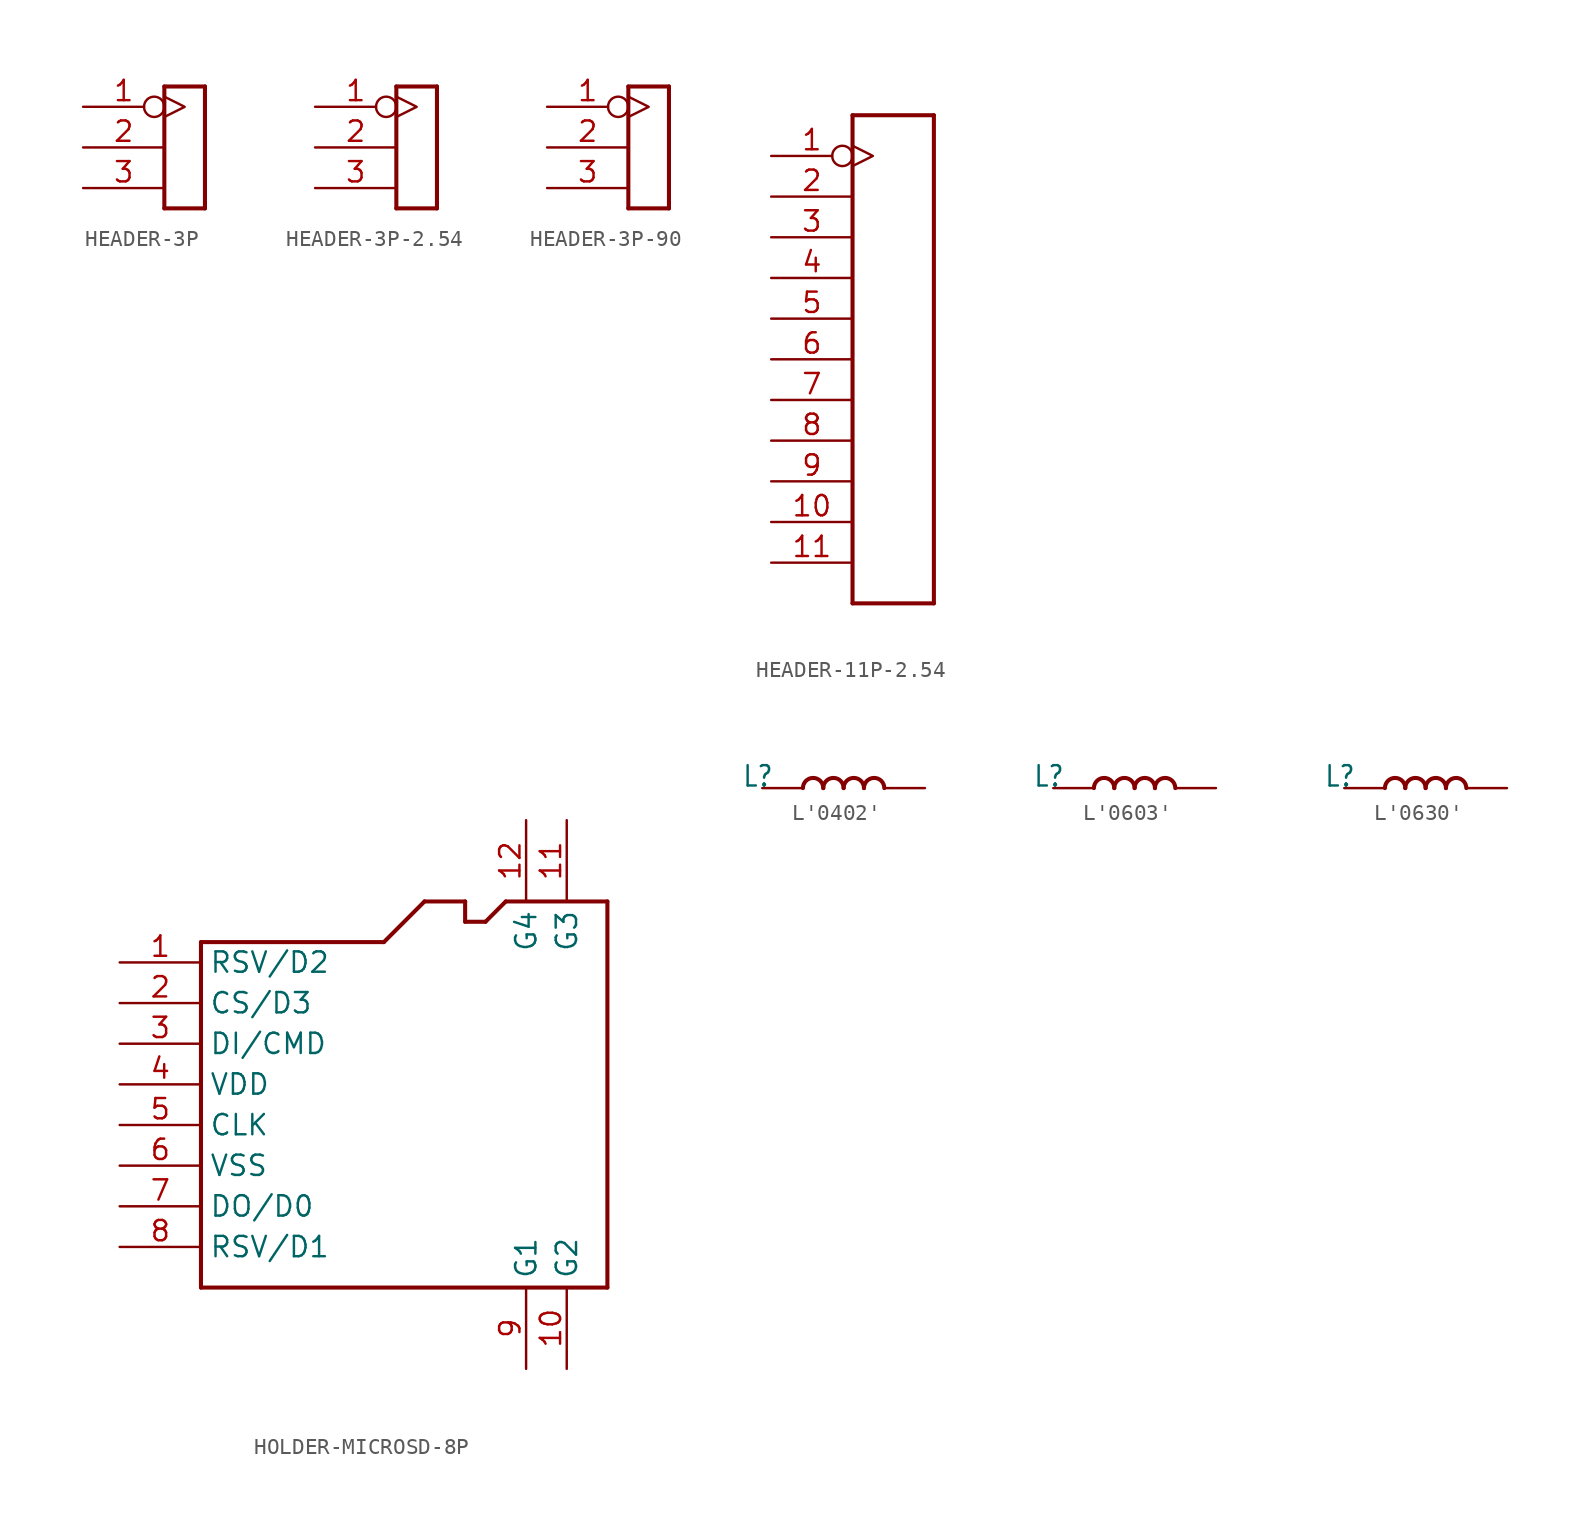
<source format=kicad_sym>
(kicad_symbol_lib
  (version 20220914)
  (generator kicad_symbol_editor)
  (symbol "HEADER-3P"
    (property "Reference" "J"
      (at -2.54 3.81 0)
      (effects (font (size 1.27 1.079)) (justify left bottom) hide))
    (property "ki_locked" ""
      (at 0 0 0)
      (effects (font (size 1.27 1.27))))
    (symbol "HEADER-3P_1_0"
      (polyline (pts (xy -1.27 -3.81) (xy -1.27 3.81)) (stroke (width 0.254) (type solid)) (fill (type none)))
      (polyline (pts (xy -1.27 3.81) (xy 1.27 3.81)) (stroke (width 0.254) (type solid)) (fill (type none)))
      (polyline (pts (xy 1.27 -3.81) (xy -1.27 -3.81)) (stroke (width 0.254) (type solid)) (fill (type none)))
      (polyline (pts (xy 1.27 3.81) (xy 1.27 -3.81)) (stroke (width 0.254) (type solid)) (fill (type none)))
      (pin bidirectional inverted_clock (at -6.35 2.54 0) (length 5.08) (name "P$1" (effects (font (size 0 0)))) (number "1" (effects (font (size 1.27 1.27)))))
      (pin bidirectional line (at -6.35 0 0) (length 5.08) (name "P$2" (effects (font (size 0 0)))) (number "2" (effects (font (size 1.27 1.27)))))
      (pin bidirectional line (at -6.35 -2.54 0) (length 5.08) (name "P$3" (effects (font (size 0 0)))) (number "3" (effects (font (size 1.27 1.27)))))))
  (symbol "HEADER-3P-2.54"
    (property "Reference" "J"
      (at -2.54 3.81 0)
      (effects (font (size 1.27 1.079)) (justify left bottom) hide))
    (property "ki_locked" ""
      (at 0 0 0)
      (effects (font (size 1.27 1.27))))
    (symbol "HEADER-3P-2.54_1_0"
      (polyline (pts (xy -1.27 -3.81) (xy -1.27 3.81)) (stroke (width 0.254) (type solid)) (fill (type none)))
      (polyline (pts (xy -1.27 3.81) (xy 1.27 3.81)) (stroke (width 0.254) (type solid)) (fill (type none)))
      (polyline (pts (xy 1.27 -3.81) (xy -1.27 -3.81)) (stroke (width 0.254) (type solid)) (fill (type none)))
      (polyline (pts (xy 1.27 3.81) (xy 1.27 -3.81)) (stroke (width 0.254) (type solid)) (fill (type none)))
      (pin bidirectional inverted_clock (at -6.35 2.54 0) (length 5.08) (name "P$1" (effects (font (size 0 0)))) (number "1" (effects (font (size 1.27 1.27)))))
      (pin bidirectional line (at -6.35 0 0) (length 5.08) (name "P$2" (effects (font (size 0 0)))) (number "2" (effects (font (size 1.27 1.27)))))
      (pin bidirectional line (at -6.35 -2.54 0) (length 5.08) (name "P$3" (effects (font (size 0 0)))) (number "3" (effects (font (size 1.27 1.27)))))))
  (symbol "HEADER-3P-90"
    (property "Reference" "J"
      (at -2.54 3.81 0)
      (effects (font (size 1.27 1.079)) (justify left bottom) hide))
    (property "ki_locked" ""
      (at 0 0 0)
      (effects (font (size 1.27 1.27))))
    (symbol "HEADER-3P-90_1_0"
      (polyline (pts (xy -1.27 -3.81) (xy -1.27 3.81)) (stroke (width 0.254) (type solid)) (fill (type none)))
      (polyline (pts (xy -1.27 3.81) (xy 1.27 3.81)) (stroke (width 0.254) (type solid)) (fill (type none)))
      (polyline (pts (xy 1.27 -3.81) (xy -1.27 -3.81)) (stroke (width 0.254) (type solid)) (fill (type none)))
      (polyline (pts (xy 1.27 3.81) (xy 1.27 -3.81)) (stroke (width 0.254) (type solid)) (fill (type none)))
      (pin bidirectional inverted_clock (at -6.35 2.54 0) (length 5.08) (name "P$1" (effects (font (size 0 0)))) (number "1" (effects (font (size 1.27 1.27)))))
      (pin bidirectional line (at -6.35 0 0) (length 5.08) (name "P$2" (effects (font (size 0 0)))) (number "2" (effects (font (size 1.27 1.27)))))
      (pin bidirectional line (at -6.35 -2.54 0) (length 5.08) (name "P$3" (effects (font (size 0 0)))) (number "3" (effects (font (size 1.27 1.27)))))))
  (symbol "HEADER-11P-2.54"
    (property "Reference" "J"
      (at -5.08 15.24 0)
      (effects (font (size 1.778 1.511)) (justify left bottom) hide))
    (property "ki_locked" ""
      (at 0 0 0)
      (effects (font (size 1.27 1.27))))
    (symbol "HEADER-11P-2.54_1_0"
      (polyline (pts (xy -2.54 -15.24) (xy -2.54 15.24)) (stroke (width 0.254) (type solid)) (fill (type none)))
      (polyline (pts (xy -2.54 15.24) (xy 2.54 15.24)) (stroke (width 0.254) (type solid)) (fill (type none)))
      (polyline (pts (xy 2.54 -15.24) (xy -2.54 -15.24)) (stroke (width 0.254) (type solid)) (fill (type none)))
      (polyline (pts (xy 2.54 15.24) (xy 2.54 -15.24)) (stroke (width 0.254) (type solid)) (fill (type none)))
      (pin bidirectional inverted_clock (at -7.62 12.7 0) (length 5.08) (name "1" (effects (font (size 0 0)))) (number "1" (effects (font (size 1.27 1.27)))))
      (pin bidirectional line (at -7.62 -10.16 0) (length 5.08) (name "10" (effects (font (size 0 0)))) (number "10" (effects (font (size 1.27 1.27)))))
      (pin bidirectional line (at -7.62 -12.7 0) (length 5.08) (name "11" (effects (font (size 0 0)))) (number "11" (effects (font (size 1.27 1.27)))))
      (pin bidirectional line (at -7.62 10.16 0) (length 5.08) (name "2" (effects (font (size 0 0)))) (number "2" (effects (font (size 1.27 1.27)))))
      (pin bidirectional line (at -7.62 7.62 0) (length 5.08) (name "3" (effects (font (size 0 0)))) (number "3" (effects (font (size 1.27 1.27)))))
      (pin bidirectional line (at -7.62 5.08 0) (length 5.08) (name "4" (effects (font (size 0 0)))) (number "4" (effects (font (size 1.27 1.27)))))
      (pin bidirectional line (at -7.62 2.54 0) (length 5.08) (name "5" (effects (font (size 0 0)))) (number "5" (effects (font (size 1.27 1.27)))))
      (pin bidirectional line (at -7.62 0 0) (length 5.08) (name "6" (effects (font (size 0 0)))) (number "6" (effects (font (size 1.27 1.27)))))
      (pin bidirectional line (at -7.62 -2.54 0) (length 5.08) (name "7" (effects (font (size 0 0)))) (number "7" (effects (font (size 1.27 1.27)))))
      (pin bidirectional line (at -7.62 -5.08 0) (length 5.08) (name "8" (effects (font (size 0 0)))) (number "8" (effects (font (size 1.27 1.27)))))
      (pin bidirectional line (at -7.62 -7.62 0) (length 5.08) (name "9" (effects (font (size 0 0)))) (number "9" (effects (font (size 1.27 1.27)))))))
  (symbol "HOLDER-MICROSD-8P"
    (property "Reference" "J"
      (at -11.43 10.16 0)
      (effects (font (size 1.778 1.511)) (justify left bottom) hide))
    (property "ki_locked" ""
      (at 0 0 0)
      (effects (font (size 1.27 1.27))))
    (symbol "HOLDER-MICROSD-8P_1_0"
      (polyline (pts (xy -12.7 -11.43) (xy 12.7 -11.43)) (stroke (width 0.254) (type solid)) (fill (type none)))
      (polyline (pts (xy -12.7 10.16) (xy -12.7 -11.43)) (stroke (width 0.254) (type solid)) (fill (type none)))
      (polyline (pts (xy -1.27 10.16) (xy -12.7 10.16)) (stroke (width 0.254) (type solid)) (fill (type none)))
      (polyline (pts (xy 1.27 12.7) (xy -1.27 10.16)) (stroke (width 0.254) (type solid)) (fill (type none)))
      (polyline (pts (xy 3.81 11.43) (xy 3.81 12.7)) (stroke (width 0.254) (type solid)) (fill (type none)))
      (polyline (pts (xy 3.81 12.7) (xy 1.27 12.7)) (stroke (width 0.254) (type solid)) (fill (type none)))
      (polyline (pts (xy 5.08 11.43) (xy 3.81 11.43)) (stroke (width 0.254) (type solid)) (fill (type none)))
      (polyline (pts (xy 6.35 12.7) (xy 5.08 11.43)) (stroke (width 0.254) (type solid)) (fill (type none)))
      (polyline (pts (xy 12.7 -11.43) (xy 12.7 12.7)) (stroke (width 0.254) (type solid)) (fill (type none)))
      (polyline (pts (xy 12.7 12.7) (xy 6.35 12.7)) (stroke (width 0.254) (type solid)) (fill (type none)))
      (pin bidirectional line (at -17.78 8.89 0) (length 5.08) (name "RSV/D2" (effects (font (size 1.27 1.27)))) (number "1" (effects (font (size 1.27 1.27)))))
      (pin bidirectional line (at 10.16 -16.51 90) (length 5.08) (name "G2" (effects (font (size 1.27 1.27)))) (number "10" (effects (font (size 1.27 1.27)))))
      (pin bidirectional line (at 10.16 17.78 270) (length 5.08) (name "G3" (effects (font (size 1.27 1.27)))) (number "11" (effects (font (size 1.27 1.27)))))
      (pin bidirectional line (at 7.62 17.78 270) (length 5.08) (name "G4" (effects (font (size 1.27 1.27)))) (number "12" (effects (font (size 1.27 1.27)))))
      (pin bidirectional line (at -17.78 6.35 0) (length 5.08) (name "CS/D3" (effects (font (size 1.27 1.27)))) (number "2" (effects (font (size 1.27 1.27)))))
      (pin bidirectional line (at -17.78 3.81 0) (length 5.08) (name "DI/CMD" (effects (font (size 1.27 1.27)))) (number "3" (effects (font (size 1.27 1.27)))))
      (pin bidirectional line (at -17.78 1.27 0) (length 5.08) (name "VDD" (effects (font (size 1.27 1.27)))) (number "4" (effects (font (size 1.27 1.27)))))
      (pin bidirectional line (at -17.78 -1.27 0) (length 5.08) (name "CLK" (effects (font (size 1.27 1.27)))) (number "5" (effects (font (size 1.27 1.27)))))
      (pin bidirectional line (at -17.78 -3.81 0) (length 5.08) (name "VSS" (effects (font (size 1.27 1.27)))) (number "6" (effects (font (size 1.27 1.27)))))
      (pin bidirectional line (at -17.78 -6.35 0) (length 5.08) (name "DO/D0" (effects (font (size 1.27 1.27)))) (number "7" (effects (font (size 1.27 1.27)))))
      (pin bidirectional line (at -17.78 -8.89 0) (length 5.08) (name "RSV/D1" (effects (font (size 1.27 1.27)))) (number "8" (effects (font (size 1.27 1.27)))))
      (pin bidirectional line (at 7.62 -16.51 90) (length 5.08) (name "G1" (effects (font (size 1.27 1.27)))) (number "9" (effects (font (size 1.27 1.27)))))))
  (symbol "L'0402'"
    (property "Reference" "L"
      (at -6.35 0 0)
      (effects (font (size 1.27 1.079)) (justify left bottom)))
    (property "Value" ""
      (at 2.54 0 0)
      (effects (font (size 1.27 1.079)) (justify left bottom)))
    (property "ki_locked" ""
      (at 0 0 0)
      (effects (font (size 1.27 1.27))))
    (symbol "L'0402'_1_0"
      (arc (start -1.27 0) (mid -1.905 0.635) (end -2.54 0) (stroke (width 0.254) (type solid)) (fill (type none)))
      (arc (start 0 0) (mid -0.635 0.635) (end -1.27 0) (stroke (width 0.254) (type solid)) (fill (type none)))
      (arc (start 1.27 0) (mid 0.635 0.635) (end 0 0) (stroke (width 0.254) (type solid)) (fill (type none)))
      (arc (start 2.54 0) (mid 1.905 0.635) (end 1.27 0) (stroke (width 0.254) (type solid)) (fill (type none)))
      (pin passive line (at -5.08 0 0) (length 2.54) (name "1" (effects (font (size 0 0)))) (number "1" (effects (font (size 0 0)))))
      (pin passive line (at 5.08 0 180) (length 2.54) (name "2" (effects (font (size 0 0)))) (number "2" (effects (font (size 0 0)))))))
  (symbol "L'0603'"
    (property "Reference" "L"
      (at -6.35 0 0)
      (effects (font (size 1.27 1.079)) (justify left bottom)))
    (property "Value" ""
      (at 2.54 0 0)
      (effects (font (size 1.27 1.079)) (justify left bottom)))
    (property "ki_locked" ""
      (at 0 0 0)
      (effects (font (size 1.27 1.27))))
    (symbol "L'0603'_1_0"
      (arc (start -1.27 0) (mid -1.905 0.635) (end -2.54 0) (stroke (width 0.254) (type solid)) (fill (type none)))
      (arc (start 0 0) (mid -0.635 0.635) (end -1.27 0) (stroke (width 0.254) (type solid)) (fill (type none)))
      (arc (start 1.27 0) (mid 0.635 0.635) (end 0 0) (stroke (width 0.254) (type solid)) (fill (type none)))
      (arc (start 2.54 0) (mid 1.905 0.635) (end 1.27 0) (stroke (width 0.254) (type solid)) (fill (type none)))
      (pin passive line (at -5.08 0 0) (length 2.54) (name "1" (effects (font (size 0 0)))) (number "1" (effects (font (size 0 0)))))
      (pin passive line (at 5.08 0 180) (length 2.54) (name "2" (effects (font (size 0 0)))) (number "2" (effects (font (size 0 0)))))))
  (symbol "L'0630'"
    (property "Reference" "L"
      (at -6.35 0 0)
      (effects (font (size 1.27 1.079)) (justify left bottom)))
    (property "Value" ""
      (at 2.54 0 0)
      (effects (font (size 1.27 1.079)) (justify left bottom)))
    (property "ki_locked" ""
      (at 0 0 0)
      (effects (font (size 1.27 1.27))))
    (symbol "L'0630'_1_0"
      (arc (start -1.27 0) (mid -1.905 0.635) (end -2.54 0) (stroke (width 0.254) (type solid)) (fill (type none)))
      (arc (start 0 0) (mid -0.635 0.635) (end -1.27 0) (stroke (width 0.254) (type solid)) (fill (type none)))
      (arc (start 1.27 0) (mid 0.635 0.635) (end 0 0) (stroke (width 0.254) (type solid)) (fill (type none)))
      (arc (start 2.54 0) (mid 1.905 0.635) (end 1.27 0) (stroke (width 0.254) (type solid)) (fill (type none)))
      (pin passive line (at -5.08 0 0) (length 2.54) (name "1" (effects (font (size 0 0)))) (number "1" (effects (font (size 0 0)))))
      (pin passive line (at 5.08 0 180) (length 2.54) (name "2" (effects (font (size 0 0)))) (number "2" (effects (font (size 0 0))))))))
</source>
